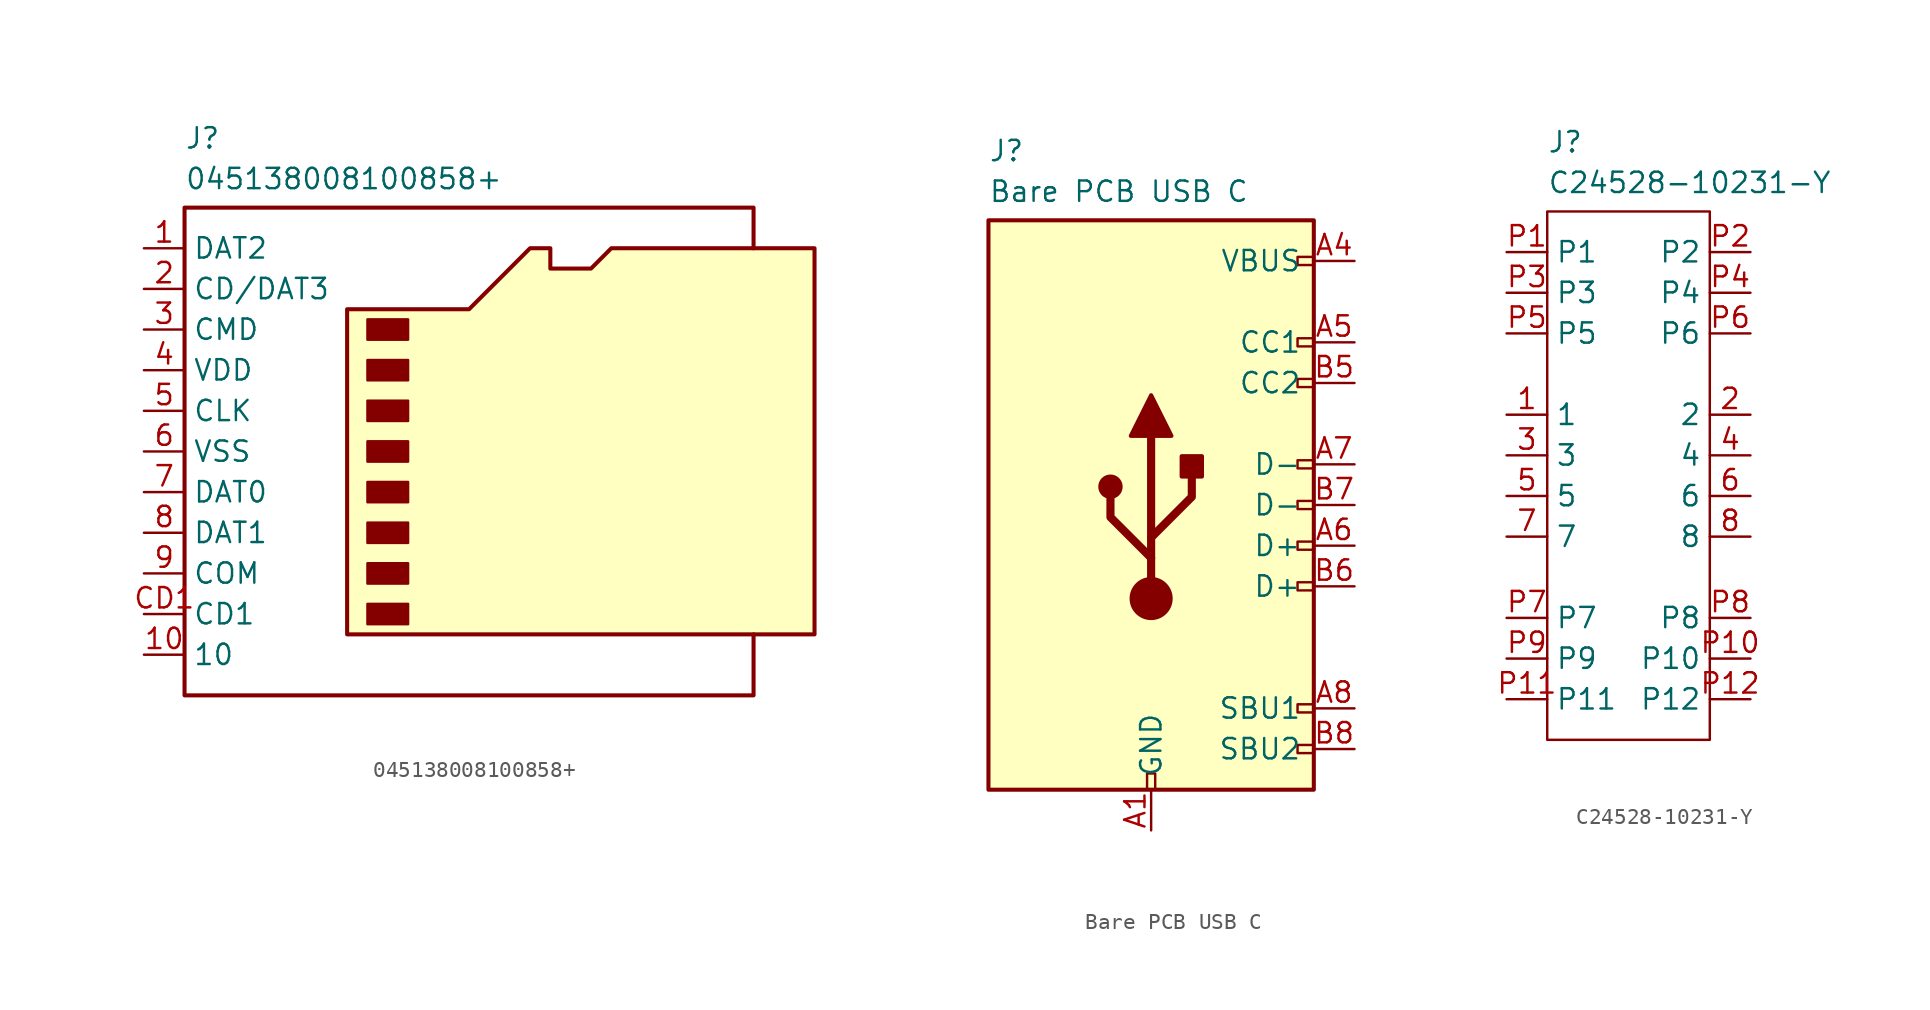
<source format=kicad_sym>
(kicad_symbol_lib
  (version 20241209)
  (generator "kicad_symbol_editor")
  (generator_version "9.0")
  (symbol "045138008100858+"
    (property "Reference" "J"
      (at 2.54 7.62 0)
      (effects (font (size 1.27 1.27)) (justify left top)))
    (property "Value" "045138008100858+"
      (at 2.54 5.08 0)
      (effects (font (size 1.27 1.27)) (justify left top)))
    (symbol "045138008100858+_0_1"
      (polyline (pts (xy 12.7 -24.13) (xy 12.7 -3.81) (xy 20.32 -3.81) (xy 24.13 0) (xy 25.4 0) (xy 25.4 -1.27) (xy 27.94 -1.27) (xy 29.21 0) (xy 41.91 0) (xy 41.91 -24.13) (xy 12.7 -24.13)) (stroke (width 0.254) (type default)) (fill (type background)))
      (rectangle (start 13.97 -4.445) (end 16.51 -5.715) (stroke (width 0) (type default)) (fill (type outline)))
      (rectangle (start 13.97 -6.985) (end 16.51 -8.255) (stroke (width 0) (type default)) (fill (type outline)))
      (rectangle (start 13.97 -9.525) (end 16.51 -10.795) (stroke (width 0) (type default)) (fill (type outline)))
      (rectangle (start 13.97 -12.065) (end 16.51 -13.335) (stroke (width 0) (type default)) (fill (type outline)))
      (rectangle (start 13.97 -14.605) (end 16.51 -15.875) (stroke (width 0) (type default)) (fill (type outline)))
      (rectangle (start 13.97 -17.145) (end 16.51 -18.415) (stroke (width 0) (type default)) (fill (type outline)))
      (rectangle (start 13.97 -19.685) (end 16.51 -20.955) (stroke (width 0) (type default)) (fill (type outline)))
      (rectangle (start 13.97 -22.225) (end 16.51 -23.495) (stroke (width 0) (type default)) (fill (type outline)))
      (polyline (pts (xy 38.1 0) (xy 38.1 2.54) (xy 2.54 2.54) (xy 2.54 -27.94) (xy 38.1 -27.94) (xy 38.1 -24.13)) (stroke (width 0.254) (type default)) (fill (type none))))
    (symbol "045138008100858+_1_1"
      (pin passive line (at 0 0 0) (length 2.54) (name "DAT2" (effects (font (size 1.27 1.27)))) (number "1" (effects (font (size 1.27 1.27)))))
      (pin passive line (at 0 -2.54 0) (length 2.54) (name "CD/DAT3" (effects (font (size 1.27 1.27)))) (number "2" (effects (font (size 1.27 1.27)))))
      (pin passive line (at 0 -5.08 0) (length 2.54) (name "CMD" (effects (font (size 1.27 1.27)))) (number "3" (effects (font (size 1.27 1.27)))))
      (pin passive line (at 0 -7.62 0) (length 2.54) (name "VDD" (effects (font (size 1.27 1.27)))) (number "4" (effects (font (size 1.27 1.27)))))
      (pin passive line (at 0 -10.16 0) (length 2.54) (name "CLK" (effects (font (size 1.27 1.27)))) (number "5" (effects (font (size 1.27 1.27)))))
      (pin passive line (at 0 -12.7 0) (length 2.54) (name "VSS" (effects (font (size 1.27 1.27)))) (number "6" (effects (font (size 1.27 1.27)))))
      (pin passive line (at 0 -15.24 0) (length 2.54) (name "DAT0" (effects (font (size 1.27 1.27)))) (number "7" (effects (font (size 1.27 1.27)))))
      (pin passive line (at 0 -17.78 0) (length 2.54) (name "DAT1" (effects (font (size 1.27 1.27)))) (number "8" (effects (font (size 1.27 1.27)))))
      (pin passive line (at 0 -20.32 0) (length 2.54) (name "COM" (effects (font (size 1.27 1.27)))) (number "9" (effects (font (size 1.27 1.27)))))
      (pin passive line (at 0 -22.86 0) (length 2.54) (name "CD1" (effects (font (size 1.27 1.27)))) (number "CD1" (effects (font (size 1.27 1.27)))))
      (pin passive line (at 0 -25.4 0) (length 2.54) (name "10" (effects (font (size 1.27 1.27)))) (number "10" (effects (font (size 1.27 1.27)))))
      (pin passive line (at 0 -25.4 0) (length 2.54) (hide yes) (name "11" (effects (font (size 1.27 1.27)))) (number "11" (effects (font (size 1.27 1.27)))))
      (pin passive line (at 0 -25.4 0) (length 2.54) (hide yes) (name "12" (effects (font (size 1.27 1.27)))) (number "12" (effects (font (size 1.27 1.27)))))
      (pin passive line (at 0 -25.4 0) (length 2.54) (hide yes) (name "13" (effects (font (size 1.27 1.27)))) (number "13" (effects (font (size 1.27 1.27)))))))
  (symbol "Bare PCB USB C"
    (pin_names
      (offset 0.762))
    (property "Reference" "J"
      (at -22.86 7.62 0)
      (effects (font (size 1.27 1.27)) (justify left top)))
    (property "Value" "Bare PCB USB C"
      (at -22.86 5.08 0)
      (effects (font (size 1.27 1.27)) (justify left top)))
    (symbol "Bare PCB USB C_0_0"
      (rectangle (start -12.954 -33.02) (end -12.446 -32.004) (stroke (width 0) (type default)) (fill (type none)))
      (rectangle (start -2.54 0.254) (end -3.556 -0.254) (stroke (width 0) (type default)) (fill (type none)))
      (rectangle (start -2.54 -4.826) (end -3.556 -5.334) (stroke (width 0) (type default)) (fill (type none)))
      (rectangle (start -2.54 -7.366) (end -3.556 -7.874) (stroke (width 0) (type default)) (fill (type none)))
      (rectangle (start -2.54 -12.446) (end -3.556 -12.954) (stroke (width 0) (type default)) (fill (type none)))
      (rectangle (start -2.54 -14.986) (end -3.556 -15.494) (stroke (width 0) (type default)) (fill (type none)))
      (rectangle (start -2.54 -17.526) (end -3.556 -18.034) (stroke (width 0) (type default)) (fill (type none)))
      (rectangle (start -2.54 -20.066) (end -3.556 -20.574) (stroke (width 0) (type default)) (fill (type none)))
      (rectangle (start -2.54 -27.686) (end -3.556 -28.194) (stroke (width 0) (type default)) (fill (type none)))
      (rectangle (start -2.54 -30.226) (end -3.556 -30.734) (stroke (width 0) (type default)) (fill (type none))))
    (symbol "Bare PCB USB C_0_1"
      (rectangle (start -22.86 2.54) (end -2.54 -33.02) (stroke (width 0.254) (type default)) (fill (type background)))
      (circle (center -15.24 -14.097) (radius 0.635) (stroke (width 0.254) (type default)) (fill (type outline)))
      (polyline (pts (xy -13.97 -10.922) (xy -12.7 -8.382) (xy -11.43 -10.922) (xy -13.97 -10.922)) (stroke (width 0.254) (type default)) (fill (type outline)))
      (polyline (pts (xy -12.7 -17.272) (xy -10.16 -14.732) (xy -10.16 -13.462)) (stroke (width 0.508) (type default)) (fill (type none)))
      (polyline (pts (xy -12.7 -18.542) (xy -15.24 -16.002) (xy -15.24 -14.732)) (stroke (width 0.508) (type default)) (fill (type none)))
      (circle (center -12.7 -21.082) (radius 1.27) (stroke (width 0) (type default)) (fill (type outline)))
      (polyline (pts (xy -12.7 -21.082) (xy -12.7 -10.922)) (stroke (width 0.508) (type default)) (fill (type none)))
      (rectangle (start -10.795 -12.192) (end -9.525 -13.462) (stroke (width 0.254) (type default)) (fill (type outline))))
    (symbol "Bare PCB USB C_1_1"
      (pin passive line (at -12.7 -35.56 90) (length 2.54) (name "GND" (effects (font (size 1.27 1.27)))) (number "A1" (effects (font (size 1.27 1.27)))))
      (pin passive line (at -12.7 -35.56 90) (length 2.54) (hide yes) (name "GND" (effects (font (size 1.27 1.27)))) (number "A12" (effects (font (size 1.27 1.27)))))
      (pin passive line (at -12.7 -35.56 90) (length 2.54) (hide yes) (name "GND" (effects (font (size 1.27 1.27)))) (number "B1" (effects (font (size 1.27 1.27)))))
      (pin passive line (at -12.7 -35.56 90) (length 2.54) (hide yes) (name "GND" (effects (font (size 1.27 1.27)))) (number "B12" (effects (font (size 1.27 1.27)))))
      (pin passive line (at 0 0 180) (length 2.54) (name "VBUS" (effects (font (size 1.27 1.27)))) (number "A4" (effects (font (size 1.27 1.27)))))
      (pin passive line (at 0 0 180) (length 2.54) (hide yes) (name "VBUS" (effects (font (size 1.27 1.27)))) (number "A9" (effects (font (size 1.27 1.27)))))
      (pin passive line (at 0 0 180) (length 2.54) (hide yes) (name "VBUS" (effects (font (size 1.27 1.27)))) (number "B4" (effects (font (size 1.27 1.27)))))
      (pin passive line (at 0 0 180) (length 2.54) (hide yes) (name "VBUS" (effects (font (size 1.27 1.27)))) (number "B9" (effects (font (size 1.27 1.27)))))
      (pin bidirectional line (at 0 -5.08 180) (length 2.54) (name "CC1" (effects (font (size 1.27 1.27)))) (number "A5" (effects (font (size 1.27 1.27)))))
      (pin bidirectional line (at 0 -7.62 180) (length 2.54) (name "CC2" (effects (font (size 1.27 1.27)))) (number "B5" (effects (font (size 1.27 1.27)))))
      (pin bidirectional line (at 0 -12.7 180) (length 2.54) (name "D-" (effects (font (size 1.27 1.27)))) (number "A7" (effects (font (size 1.27 1.27)))))
      (pin bidirectional line (at 0 -15.24 180) (length 2.54) (name "D-" (effects (font (size 1.27 1.27)))) (number "B7" (effects (font (size 1.27 1.27)))))
      (pin bidirectional line (at 0 -17.78 180) (length 2.54) (name "D+" (effects (font (size 1.27 1.27)))) (number "A6" (effects (font (size 1.27 1.27)))))
      (pin bidirectional line (at 0 -20.32 180) (length 2.54) (name "D+" (effects (font (size 1.27 1.27)))) (number "B6" (effects (font (size 1.27 1.27)))))
      (pin bidirectional line (at 0 -27.94 180) (length 2.54) (name "SBU1" (effects (font (size 1.27 1.27)))) (number "A8" (effects (font (size 1.27 1.27)))))
      (pin bidirectional line (at 0 -30.48 180) (length 2.54) (name "SBU2" (effects (font (size 1.27 1.27)))) (number "B8" (effects (font (size 1.27 1.27)))))))
  (symbol "C24528-10231-Y"
    (property "Reference" "J"
      (at 2.54 7.62 0)
      (effects (font (size 1.27 1.27)) (justify left top)))
    (property "Value" "C24528-10231-Y"
      (at 2.54 5.08 0)
      (effects (font (size 1.27 1.27)) (justify left top)))
    (symbol "C24528-10231-Y_0_1"
      (rectangle (start 2.54 2.54) (end 12.7 -30.48) (stroke (width 0) (type default)) (fill (type none))))
    (symbol "C24528-10231-Y_1_1"
      (pin passive line (at 0 0 0) (length 2.54) (name "P1" (effects (font (size 1.27 1.27)))) (number "P1" (effects (font (size 1.27 1.27)))))
      (pin passive line (at 0 -2.54 0) (length 2.54) (name "P3" (effects (font (size 1.27 1.27)))) (number "P3" (effects (font (size 1.27 1.27)))))
      (pin passive line (at 0 -5.08 0) (length 2.54) (name "P5" (effects (font (size 1.27 1.27)))) (number "P5" (effects (font (size 1.27 1.27)))))
      (pin passive line (at 0 -10.16 0) (length 2.54) (name "1" (effects (font (size 1.27 1.27)))) (number "1" (effects (font (size 1.27 1.27)))))
      (pin passive line (at 0 -12.7 0) (length 2.54) (name "3" (effects (font (size 1.27 1.27)))) (number "3" (effects (font (size 1.27 1.27)))))
      (pin passive line (at 0 -15.24 0) (length 2.54) (name "5" (effects (font (size 1.27 1.27)))) (number "5" (effects (font (size 1.27 1.27)))))
      (pin passive line (at 0 -17.78 0) (length 2.54) (name "7" (effects (font (size 1.27 1.27)))) (number "7" (effects (font (size 1.27 1.27)))))
      (pin passive line (at 0 -22.86 0) (length 2.54) (name "P7" (effects (font (size 1.27 1.27)))) (number "P7" (effects (font (size 1.27 1.27)))))
      (pin passive line (at 0 -25.4 0) (length 2.54) (name "P9" (effects (font (size 1.27 1.27)))) (number "P9" (effects (font (size 1.27 1.27)))))
      (pin passive line (at 0 -27.94 0) (length 2.54) (name "P11" (effects (font (size 1.27 1.27)))) (number "P11" (effects (font (size 1.27 1.27)))))
      (pin passive line (at 15.24 0 180) (length 2.54) (name "P2" (effects (font (size 1.27 1.27)))) (number "P2" (effects (font (size 1.27 1.27)))))
      (pin passive line (at 15.24 -2.54 180) (length 2.54) (name "P4" (effects (font (size 1.27 1.27)))) (number "P4" (effects (font (size 1.27 1.27)))))
      (pin passive line (at 15.24 -5.08 180) (length 2.54) (name "P6" (effects (font (size 1.27 1.27)))) (number "P6" (effects (font (size 1.27 1.27)))))
      (pin passive line (at 15.24 -10.16 180) (length 2.54) (name "2" (effects (font (size 1.27 1.27)))) (number "2" (effects (font (size 1.27 1.27)))))
      (pin passive line (at 15.24 -12.7 180) (length 2.54) (name "4" (effects (font (size 1.27 1.27)))) (number "4" (effects (font (size 1.27 1.27)))))
      (pin passive line (at 15.24 -15.24 180) (length 2.54) (name "6" (effects (font (size 1.27 1.27)))) (number "6" (effects (font (size 1.27 1.27)))))
      (pin passive line (at 15.24 -17.78 180) (length 2.54) (name "8" (effects (font (size 1.27 1.27)))) (number "8" (effects (font (size 1.27 1.27)))))
      (pin passive line (at 15.24 -22.86 180) (length 2.54) (name "P8" (effects (font (size 1.27 1.27)))) (number "P8" (effects (font (size 1.27 1.27)))))
      (pin passive line (at 15.24 -25.4 180) (length 2.54) (name "P10" (effects (font (size 1.27 1.27)))) (number "P10" (effects (font (size 1.27 1.27)))))
      (pin passive line (at 15.24 -27.94 180) (length 2.54) (name "P12" (effects (font (size 1.27 1.27)))) (number "P12" (effects (font (size 1.27 1.27))))))))
</source>
